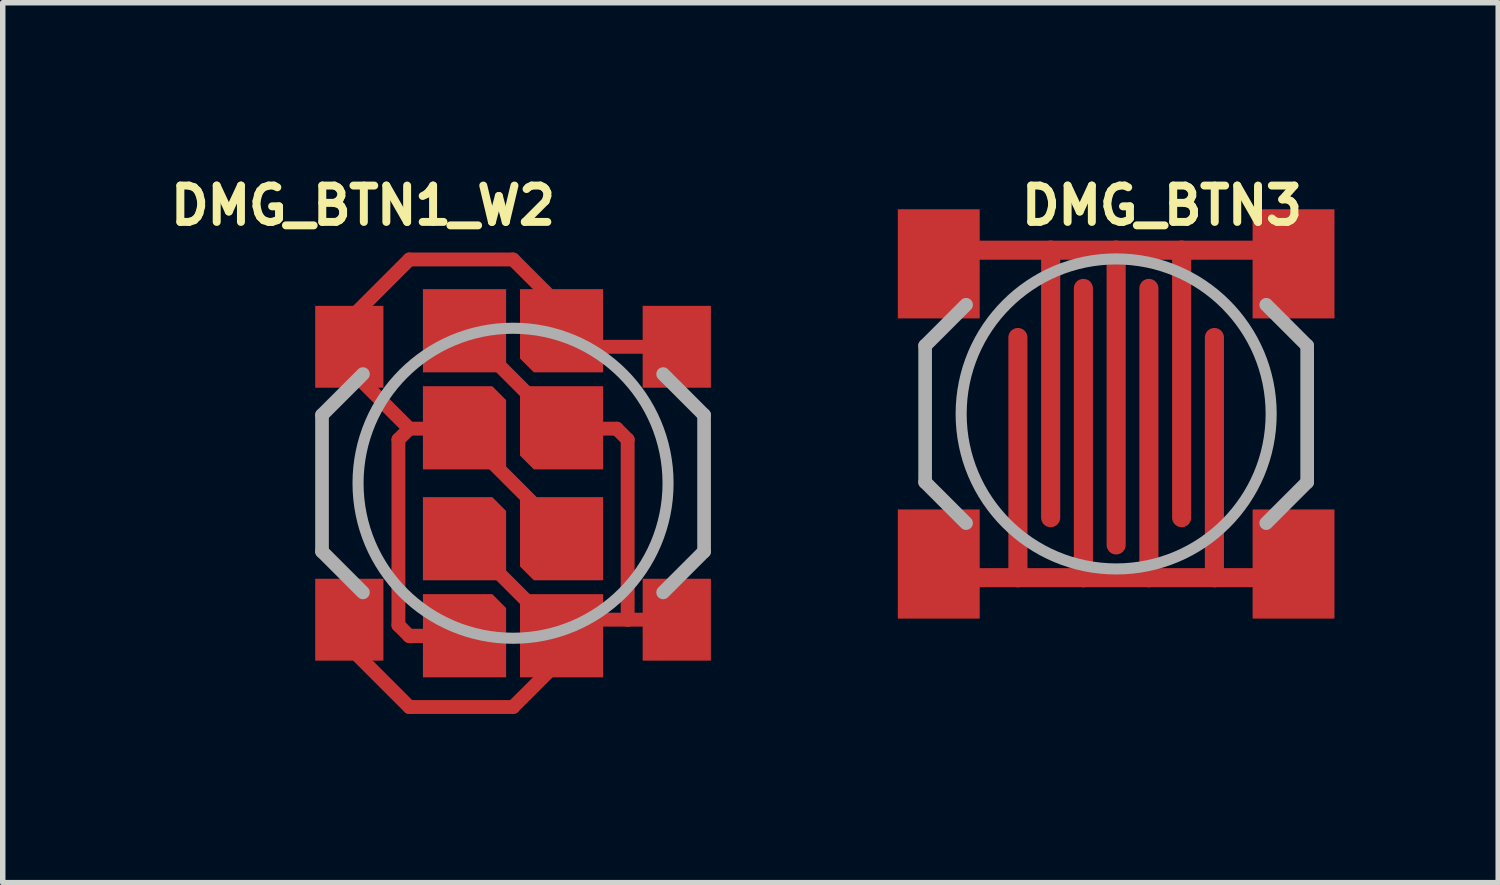
<source format=kicad_pcb>
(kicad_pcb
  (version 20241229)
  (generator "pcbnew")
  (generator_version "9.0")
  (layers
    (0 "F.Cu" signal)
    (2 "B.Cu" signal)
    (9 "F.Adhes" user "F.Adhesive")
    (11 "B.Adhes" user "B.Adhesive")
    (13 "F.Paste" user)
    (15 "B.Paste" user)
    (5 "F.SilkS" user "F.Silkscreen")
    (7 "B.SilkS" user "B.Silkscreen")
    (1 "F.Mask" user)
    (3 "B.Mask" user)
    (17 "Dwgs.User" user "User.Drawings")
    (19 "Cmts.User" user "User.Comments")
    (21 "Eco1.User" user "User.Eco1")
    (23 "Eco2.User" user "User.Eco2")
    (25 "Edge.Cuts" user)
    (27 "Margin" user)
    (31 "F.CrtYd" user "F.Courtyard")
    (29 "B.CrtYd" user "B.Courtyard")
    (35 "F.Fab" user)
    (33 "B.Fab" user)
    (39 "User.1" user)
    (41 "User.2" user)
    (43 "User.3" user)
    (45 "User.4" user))
  (footprint "DMG_BTN1_W2"
    (layer "F.Cu")
    (at 6.35 5.804)
    (property "Reference" "DMG_BTN1_W2" (at -6.35 -4.699 0) (unlocked yes) (layer "F.SilkS") (effects (font (size 0.666 0.666) (thickness 0.146)) (justify left bottom)))
    (fp_line (start -3.25 2.75) (end -1.9 4.1) (stroke (width 0.254) (type solid)) (layer "F.Cu"))
    (fp_line (start -3 -3) (end -3 -2.9) (stroke (width 0.254) (type solid)) (layer "F.Cu"))
    (fp_line (start -2.9 -2) (end -3 -2) (stroke (width 0.254) (type solid)) (layer "F.Cu"))
    (fp_line (start -2.1 -0.8) (end -1.9 -1) (stroke (width 0.254) (type solid)) (layer "F.Cu"))
    (fp_line (start -2.1 2.6) (end -2.1 -0.8) (stroke (width 0.254) (type solid)) (layer "F.Cu"))
    (fp_line (start -1.9 -4.1) (end -3 -3) (stroke (width 0.254) (type solid)) (layer "F.Cu"))
    (fp_line (start -1.9 -4.1) (end 0 -4.1) (stroke (width 0.254) (type solid)) (layer "F.Cu"))
    (fp_line (start -1.9 -1) (end -2.9 -2) (stroke (width 0.254) (type solid)) (layer "F.Cu"))
    (fp_line (start -1.9 -1) (end -1 -1) (stroke (width 0.254) (type solid)) (layer "F.Cu"))
    (fp_line (start -1.9 2.8) (end -2.1 2.6) (stroke (width 0.254) (type solid)) (layer "F.Cu"))
    (fp_line (start -1.9 4.1) (end 0 4.1) (stroke (width 0.254) (type solid)) (layer "F.Cu"))
    (fp_line (start -1.397 2.794) (end -1.905 2.794) (stroke (width 0.254) (type solid)) (layer "F.Cu"))
    (fp_line (start -0.9 2.8) (end -1.9 2.8) (stroke (width 0.254) (type solid)) (layer "F.Cu"))
    (fp_line (start 0 -4.1) (end 1.1 -3) (stroke (width 0.254) (type solid)) (layer "F.Cu"))
    (fp_line (start 0 4.1) (end 0.9 3.2) (stroke (width 0.254) (type solid)) (layer "F.Cu"))
    (fp_line (start 0.33 0.33) (end -0.432 -0.432) (stroke (width 0.254) (type solid)) (layer "F.Cu"))
    (fp_line (start 0.381 -1.524) (end -0.381 -2.286) (stroke (width 0.254) (type solid)) (layer "F.Cu"))
    (fp_line (start 0.381 2.286) (end -0.381 1.524) (stroke (width 0.254) (type solid)) (layer "F.Cu"))
    (fp_line (start 0.9 3.2) (end 0.9 2.8) (stroke (width 0.254) (type solid)) (layer "F.Cu"))
    (fp_line (start 1 3.25) (end 1 3) (stroke (width 0.254) (type solid)) (layer "F.Cu"))
    (fp_line (start 1.9 -1) (end 0.9 -1) (stroke (width 0.254) (type solid)) (layer "F.Cu"))
    (fp_line (start 2.1 -0.8) (end 1.9 -1) (stroke (width 0.254) (type solid)) (layer "F.Cu"))
    (fp_line (start 2.1 -0.8) (end 2.1 2.5) (stroke (width 0.254) (type solid)) (layer "F.Cu"))
    (fp_line (start 2.1 2.5) (end 1.2 2.5) (stroke (width 0.254) (type solid)) (layer "F.Cu"))
    (fp_line (start 2.1 2.5) (end 3 2.5) (stroke (width 0.254) (type solid)) (layer "F.Cu"))
    (fp_line (start 3 -2.5) (end 0.9 -2.5) (stroke (width 0.254) (type solid)) (layer "F.Cu"))
    (fp_poly (pts (xy -3.625 3.25) (xy -2.375 3.25) (xy -2.375 1.75) (xy -3.625 1.75)) (stroke (width 0) (type default)) (fill yes) (layer "F.Cu"))
    (fp_poly (pts (xy -0.127 -2.032) (xy -0.127 -3.556) (xy -1.651 -3.556) (xy -1.651 -2.032)) (stroke (width 0) (type default)) (fill yes) (layer "F.Cu"))
    (fp_poly (pts (xy 1.651 3.556) (xy 1.651 2.032) (xy 0.127 2.032) (xy 0.127 3.556)) (stroke (width 0) (type default)) (fill yes) (layer "F.Cu"))
    (fp_poly (pts (xy -0.127 -1.524) (xy -0.127 -0.254) (xy -1.651 -0.254) (xy -1.651 -1.778) (xy -0.381 -1.778)) (stroke (width 0) (type default)) (fill yes) (layer "F.Cu"))
    (fp_poly (pts (xy -0.127 0.508) (xy -0.127 1.778) (xy -1.651 1.778) (xy -1.651 0.254) (xy -0.381 0.254)) (stroke (width 0) (type default)) (fill yes) (layer "F.Cu"))
    (fp_poly (pts (xy -0.127 2.286) (xy -0.127 3.556) (xy -1.651 3.556) (xy -1.651 2.032) (xy -0.381 2.032)) (stroke (width 0) (type default)) (fill yes) (layer "F.Cu"))
    (fp_poly (pts (xy 1.651 -2.032) (xy 0.381 -2.032) (xy 0.127 -2.286) (xy 0.127 -3.556) (xy 1.651 -3.556)) (stroke (width 0) (type default)) (fill yes) (layer "F.Cu"))
    (fp_poly (pts (xy 1.651 -0.254) (xy 0.381 -0.254) (xy 0.127 -0.508) (xy 0.127 -1.778) (xy 1.651 -1.778)) (stroke (width 0) (type default)) (fill yes) (layer "F.Cu"))
    (fp_poly (pts (xy 1.651 1.778) (xy 0.381 1.778) (xy 0.127 1.524) (xy 0.127 0.254) (xy 1.651 0.254)) (stroke (width 0) (type default)) (fill yes) (layer "F.Cu"))
    (fp_poly (pts (xy -3.715 3.35) (xy -2.27 3.35) (xy -2.27 1.648) (xy -3.715 1.648)) (stroke (width 0) (type default)) (fill yes) (layer "F.Mask"))
    (fp_poly (pts (xy 1.905 3.81) (xy 1.905 -3.81) (xy -1.905 -3.81) (xy -1.905 3.81)) (stroke (width 0) (type default)) (fill yes) (layer "F.Mask"))
    (fp_line (start -3.5 -1.25) (end -3.5 1.25) (stroke (width 0.25) (type solid)) (layer "F.Fab"))
    (fp_line (start -3.5 1.25) (end -2.75 2) (stroke (width 0.25) (type solid)) (layer "F.Fab"))
    (fp_line (start -2.75 -2) (end -3.5 -1.25) (stroke (width 0.25) (type solid)) (layer "F.Fab"))
    (fp_line (start 2.75 -2) (end 3.5 -1.25) (stroke (width 0.25) (type solid)) (layer "F.Fab"))
    (fp_line (start 3.5 -1.25) (end 3.5 1.25) (stroke (width 0.25) (type solid)) (layer "F.Fab"))
    (fp_line (start 3.5 1.25) (end 2.75 2) (stroke (width 0.25) (type solid)) (layer "F.Fab"))
    (fp_circle (center 0 0) (end 2.84 0) (stroke (width 0.203) (type solid)) (fill no) (layer "F.Fab"))
    (pad "P$1" smd rect (at -3 -2.5) (size 1.25 1.5) (layers "F.Cu" "F.Mask" "F.Paste"))
    (pad "P$2" smd rect (at 0 4.07) (size 0.05 0.05) (layers "F.Cu"))
    (pad "P$3" smd rect (at 3 -2.5) (size 1.25 1.5) (layers "F.Cu" "F.Mask" "F.Paste"))
    (pad "P$4" smd rect (at 3 2.5) (size 1.25 1.5) (layers "F.Cu" "F.Mask" "F.Paste"))
    (zone (net_name "") (layer "F.Cu") (hatch edge 0.5) (connect_pads) (min_thickness 0.25) (filled_areas_thickness no) (keepout (tracks not_allowed) (vias not_allowed) (pads not_allowed) (copperpour not_allowed) (footprints allowed)) (placement (enabled no)) (fill) (polygon (pts (xy 2.35 4.304) (xy 2.35 5.804) (xy 4.35 5.804) (xy 4.35 4.304))))
    (zone (net_name "") (layer "F.Cu") (hatch edge 0.5) (connect_pads) (min_thickness 0.25) (filled_areas_thickness no) (keepout (tracks not_allowed) (vias not_allowed) (pads not_allowed) (copperpour not_allowed) (footprints allowed)) (placement (enabled no)) (fill) (polygon (pts (xy 2.35 5.804) (xy 2.35 7.304) (xy 4.35 7.304) (xy 4.35 5.804))))
    (zone (net_name "") (layer "F.Cu") (hatch edge 0.5) (connect_pads) (min_thickness 0.25) (filled_areas_thickness no) (keepout (tracks not_allowed) (vias not_allowed) (pads not_allowed) (copperpour not_allowed) (footprints allowed)) (placement (enabled no)) (fill) (polygon (pts (xy 2.85 2.704) (xy 9.85 2.704) (xy 9.85 8.904) (xy 2.85 8.904))))
    (zone (net_name "") (layer "F.Cu") (hatch edge 0.5) (connect_pads) (min_thickness 0.25) (filled_areas_thickness no) (keepout (tracks not_allowed) (vias not_allowed) (pads not_allowed) (copperpour not_allowed) (footprints allowed)) (placement (enabled no)) (fill) (polygon (pts (xy 8.35 4.304) (xy 8.35 5.804) (xy 10.35 5.804) (xy 10.35 4.304))))
    (zone (net_name "") (layer "F.Cu") (hatch edge 0.5) (connect_pads) (min_thickness 0.25) (filled_areas_thickness no) (keepout (tracks not_allowed) (vias not_allowed) (pads not_allowed) (copperpour not_allowed) (footprints allowed)) (placement (enabled no)) (fill) (polygon (pts (xy 8.35 5.804) (xy 8.35 7.304) (xy 10.35 7.304) (xy 10.35 5.804))))
    (zone (net_name "") (layer "F.Cu") (hatch edge 0.5) (connect_pads) (min_thickness 0.25) (filled_areas_thickness no) (keepout (tracks not_allowed) (vias not_allowed) (pads not_allowed) (copperpour not_allowed) (footprints allowed)) (placement (enabled no)) (fill) (polygon (pts (xy 2.54 3.264) (xy 2.54 2.375) (xy 10.16 2.375) (xy 10.16 9.233) (xy 2.54 9.233))))
    (zone (net_name "") (layer "F.Cu") (hatch edge 0.5) (connect_pads) (min_thickness 0.25) (filled_areas_thickness no) (keepout (tracks not_allowed) (vias not_allowed) (pads not_allowed) (copperpour not_allowed) (footprints allowed)) (placement (enabled no)) (fill) (polygon (pts (xy 2.54 3.264) (xy 4.318 1.486) (xy 8.382 1.486) (xy 10.16 3.264) (xy 10.16 4.534) (xy 2.54 4.534))))
    (zone (net_name "") (layer "F.Cu") (hatch edge 0.5) (connect_pads) (min_thickness 0.25) (filled_areas_thickness no) (keepout (tracks not_allowed) (vias not_allowed) (pads not_allowed) (copperpour not_allowed) (footprints allowed)) (placement (enabled no)) (fill) (polygon (pts (xy 10.16 8.344) (xy 8.382 10.122) (xy 4.318 10.122) (xy 2.54 8.344) (xy 2.54 7.074) (xy 10.16 7.074)))))
  (footprint "DMG_BTN3"
    (layer "F.Cu")
    (at 17.4 4.534)
    (property "Reference" "DMG_BTN3" (at -1.81 -3.429 0) (unlocked yes) (layer "F.SilkS") (effects (font (size 0.666 0.666) (thickness 0.146)) (justify left bottom)))
    (fp_line (start -3 -3) (end -1.2 -3) (stroke (width 0.35) (type solid)) (layer "F.Cu"))
    (fp_line (start -3 3) (end -1.8 3) (stroke (width 0.35) (type solid)) (layer "F.Cu"))
    (fp_line (start -1.8 3) (end -1.8 -1.4) (stroke (width 0.35) (type solid)) (layer "F.Cu"))
    (fp_line (start -1.8 3) (end -0.6 3) (stroke (width 0.35) (type solid)) (layer "F.Cu"))
    (fp_line (start -1.2 -3) (end -1.2 1.9) (stroke (width 0.35) (type solid)) (layer "F.Cu"))
    (fp_line (start -1.2 -3) (end 0 -3) (stroke (width 0.35) (type solid)) (layer "F.Cu"))
    (fp_line (start -0.6 3) (end -0.6 -2.3) (stroke (width 0.35) (type solid)) (layer "F.Cu"))
    (fp_line (start -0.6 3) (end 0.6 3) (stroke (width 0.35) (type solid)) (layer "F.Cu"))
    (fp_line (start 0 -3) (end 0 2.4) (stroke (width 0.35) (type solid)) (layer "F.Cu"))
    (fp_line (start 0 -3) (end 1.2 -3) (stroke (width 0.35) (type solid)) (layer "F.Cu"))
    (fp_line (start 0.6 3) (end 0.6 -2.3) (stroke (width 0.35) (type solid)) (layer "F.Cu"))
    (fp_line (start 0.6 3) (end 1.8 3) (stroke (width 0.35) (type solid)) (layer "F.Cu"))
    (fp_line (start 1.2 -3) (end 1.2 1.9) (stroke (width 0.35) (type solid)) (layer "F.Cu"))
    (fp_line (start 1.2 -3) (end 3 -3) (stroke (width 0.35) (type solid)) (layer "F.Cu"))
    (fp_line (start 1.8 3) (end 1.8 -1.4) (stroke (width 0.35) (type solid)) (layer "F.Cu"))
    (fp_line (start 1.8 3) (end 3 3) (stroke (width 0.35) (type solid)) (layer "F.Cu"))
    (fp_poly (pts (xy -4 3.75) (xy -2.5 3.75) (xy -2.5 1.75) (xy -4 1.75)) (stroke (width 0) (type default)) (fill yes) (layer "F.Cu"))
    (fp_line (start -1.8 -1.4) (end -1.8 1.4) (stroke (width 0.35) (type solid)) (layer "F.Mask"))
    (fp_line (start -1.2 1.9) (end -1.2 -1.9) (stroke (width 0.35) (type solid)) (layer "F.Mask"))
    (fp_line (start -0.6 2.2) (end -0.6 -2.3) (stroke (width 0.35) (type solid)) (layer "F.Mask"))
    (fp_line (start 0 2.4) (end 0 -2.5) (stroke (width 0.35) (type solid)) (layer "F.Mask"))
    (fp_line (start 0.6 2.2) (end 0.6 -2.3) (stroke (width 0.35) (type solid)) (layer "F.Mask"))
    (fp_line (start 1.2 -1.9) (end 1.2 1.9) (stroke (width 0.35) (type solid)) (layer "F.Mask"))
    (fp_line (start 1.8 -1.4) (end 1.8 1.4) (stroke (width 0.35) (type solid)) (layer "F.Mask"))
    (fp_circle (center 0 0) (end 2.5 0) (stroke (width 0.35) (type solid)) (fill no) (layer "F.Mask"))
    (fp_poly (pts (xy -4.05 3.8) (xy -2.45 3.8) (xy -2.45 1.7) (xy -4.05 1.7)) (stroke (width 0) (type default)) (fill yes) (layer "F.Mask"))
    (fp_poly (pts (xy 1.883 -1.883) (xy 2.69 0) (xy 1.883 1.883) (xy 0.008 2.687) (xy -1.624 2.143) (xy -2.698 -0.006) (xy -1.626 -1.883) (xy -0.006 -2.693)) (stroke (width 0) (type default)) (fill yes) (layer "F.Mask"))
    (fp_line (start -3.5 -1.25) (end -3.5 1.25) (stroke (width 0.25) (type solid)) (layer "F.Fab"))
    (fp_line (start -3.5 1.25) (end -2.75 2) (stroke (width 0.25) (type solid)) (layer "F.Fab"))
    (fp_line (start -2.75 -2) (end -3.5 -1.25) (stroke (width 0.25) (type solid)) (layer "F.Fab"))
    (fp_line (start 2.75 -2) (end 3.5 -1.25) (stroke (width 0.25) (type solid)) (layer "F.Fab"))
    (fp_line (start 3.5 -1.25) (end 3.5 1.25) (stroke (width 0.25) (type solid)) (layer "F.Fab"))
    (fp_line (start 3.5 1.25) (end 2.75 2) (stroke (width 0.25) (type solid)) (layer "F.Fab"))
    (fp_circle (center 0 0) (end 2.84 0) (stroke (width 0.203) (type solid)) (fill no) (layer "F.Fab"))
    (pad "P$1" smd rect (at -3.25 -2.75) (size 1.5 2) (layers "F.Cu" "F.Mask" "F.Paste"))
    (pad "P$2" smd rect (at 0 3) (size 0.25 0.25) (layers "F.Cu"))
    (pad "P$3" smd rect (at 3.25 -2.75) (size 1.5 2) (layers "F.Cu" "F.Mask" "F.Paste"))
    (pad "P$4" smd rect (at 3.25 2.75) (size 1.5 2) (layers "F.Cu" "F.Mask" "F.Paste"))
    (zone (net_name "") (layer "F.Cu") (hatch edge 0.5) (connect_pads) (min_thickness 0.25) (filled_areas_thickness no) (keepout (tracks not_allowed) (vias not_allowed) (pads not_allowed) (copperpour not_allowed) (footprints allowed)) (placement (enabled no)) (fill) (polygon (pts (xy 13.4 3.034) (xy 13.4 4.534) (xy 15.4 4.534) (xy 15.4 3.034))))
    (zone (net_name "") (layer "F.Cu") (hatch edge 0.5) (connect_pads) (min_thickness 0.25) (filled_areas_thickness no) (keepout (tracks not_allowed) (vias not_allowed) (pads not_allowed) (copperpour not_allowed) (footprints allowed)) (placement (enabled no)) (fill) (polygon (pts (xy 13.4 4.534) (xy 13.4 6.034) (xy 15.4 6.034) (xy 15.4 4.534))))
    (zone (net_name "") (layer "F.Cu") (hatch edge 0.5) (connect_pads) (min_thickness 0.25) (filled_areas_thickness no) (keepout (tracks not_allowed) (vias not_allowed) (pads not_allowed) (copperpour not_allowed) (footprints allowed)) (placement (enabled no)) (fill) (polygon (pts (xy 13.9 1.434) (xy 20.9 1.434) (xy 20.9 7.634) (xy 13.9 7.634))))
    (zone (net_name "") (layer "F.Cu") (hatch edge 0.5) (connect_pads) (min_thickness 0.25) (filled_areas_thickness no) (keepout (tracks not_allowed) (vias not_allowed) (pads not_allowed) (copperpour not_allowed) (footprints allowed)) (placement (enabled no)) (fill) (polygon (pts (xy 19.4 3.034) (xy 19.4 4.534) (xy 21.4 4.534) (xy 21.4 3.034))))
    (zone (net_name "") (layer "F.Cu") (hatch edge 0.5) (connect_pads) (min_thickness 0.25) (filled_areas_thickness no) (keepout (tracks not_allowed) (vias not_allowed) (pads not_allowed) (copperpour not_allowed) (footprints allowed)) (placement (enabled no)) (fill) (polygon (pts (xy 19.4 4.534) (xy 19.4 6.034) (xy 21.4 6.034) (xy 21.4 4.534)))))
  (gr_rect
    (start -3 -3)
    (end 24.4 13.122)
    (stroke (width 0.1) (type default))
    (fill no)
    (layer "Edge.Cuts")))
</source>
